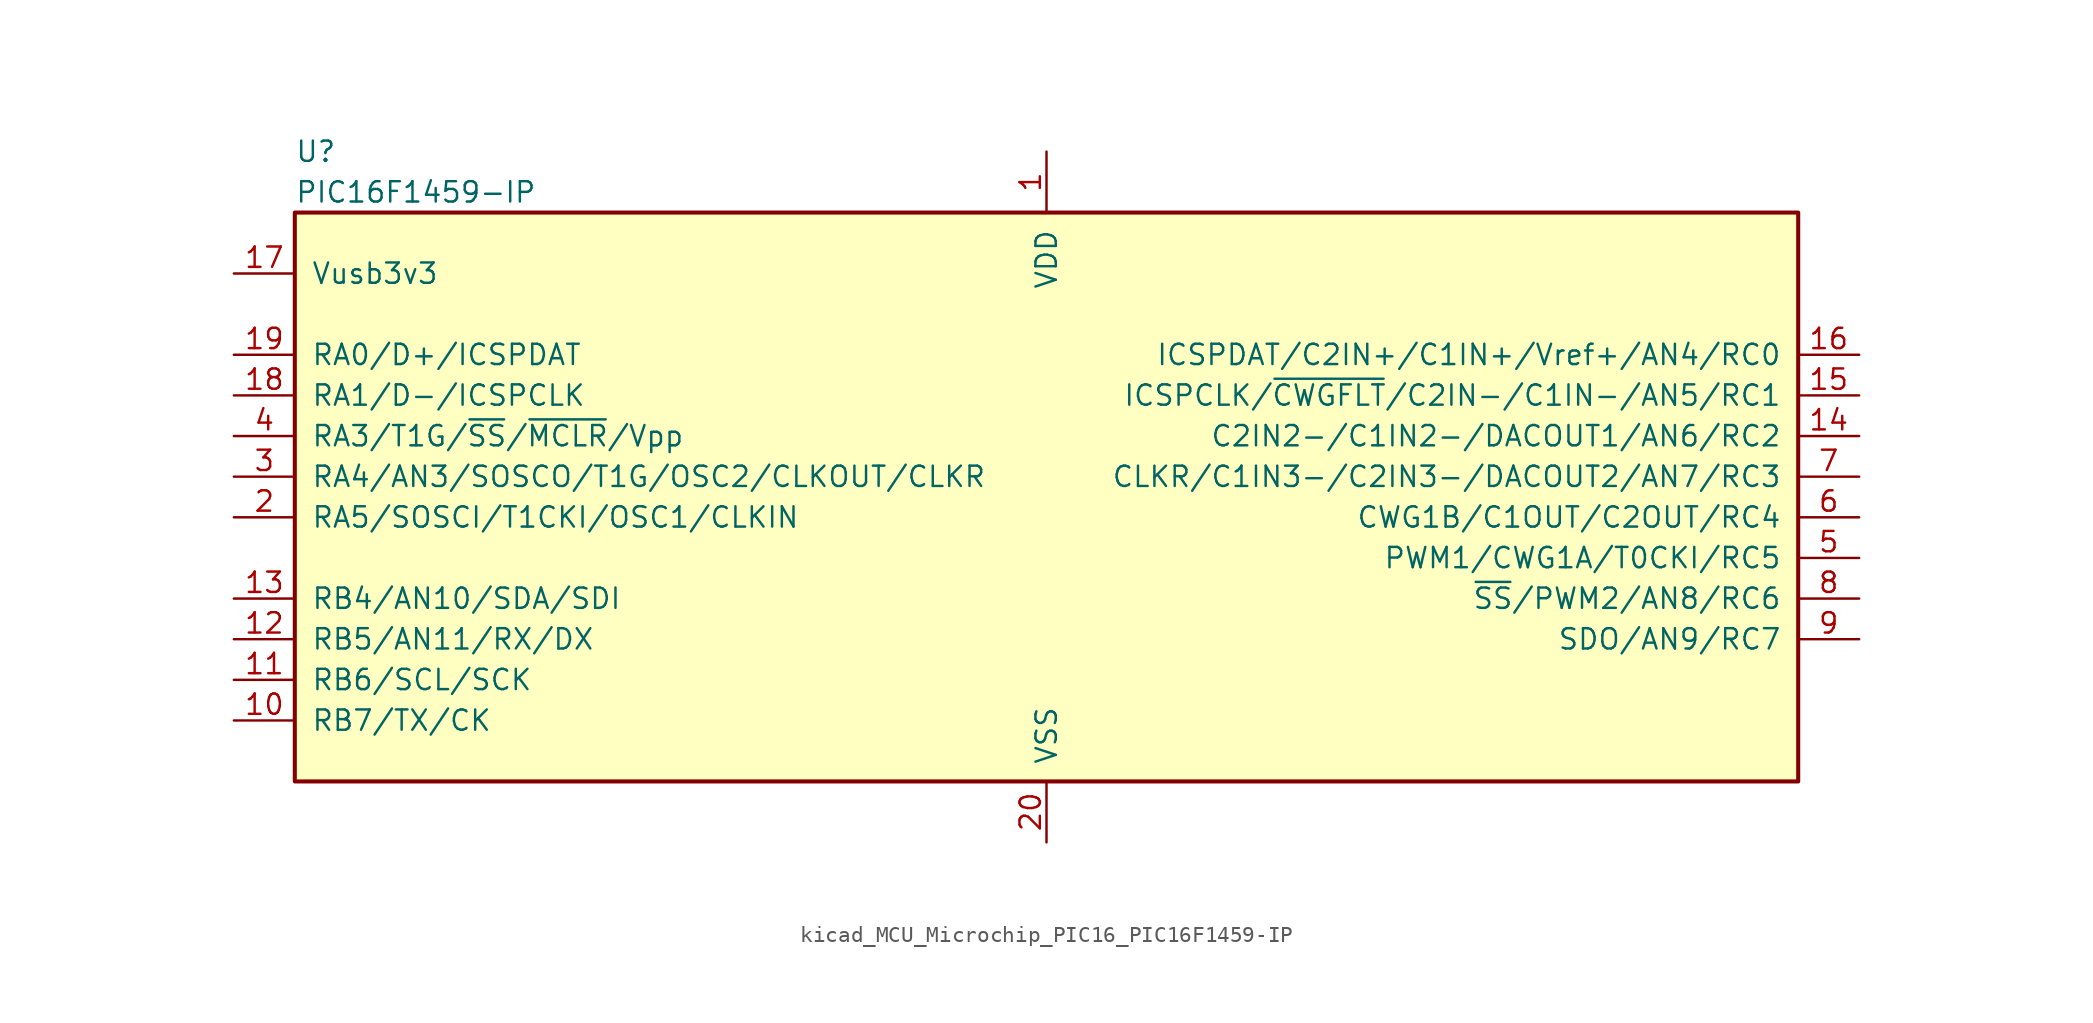
<source format=kicad_sym>
(kicad_symbol_lib
  (version 20220914)
  (generator kicad_symbol_editor)
  (symbol "kicad_MCU_Microchip_PIC16_PIC16F1459-IP"
    (pin_names
      (offset 1.016))
    (property "Reference" "U"
      (at -46.99 17.78 0)
      (effects (font (size 1.27 1.27)) (justify left)))
    (property "Value" "PIC16F1459-IP"
      (at -46.99 15.24 0)
      (effects (font (size 1.27 1.27)) (justify left)))
    (symbol "kicad_MCU_Microchip_PIC16_PIC16F1459-IP_0_1"
      (rectangle (start -46.99 13.97) (end 46.99 -21.59) (stroke (width 0.254) (type default)) (fill (type background))))
    (symbol "kicad_MCU_Microchip_PIC16_PIC16F1459-IP_1_1"
      (pin power_in line (at 0 17.78 270) (length 3.81) (name "VDD" (effects (font (size 1.27 1.27)))) (number "1" (effects (font (size 1.27 1.27)))))
      (pin bidirectional line (at -50.8 -17.78 0) (length 3.81) (name "RB7/TX/CK" (effects (font (size 1.27 1.27)))) (number "10" (effects (font (size 1.27 1.27)))))
      (pin bidirectional line (at -50.8 -15.24 0) (length 3.81) (name "RB6/SCL/SCK" (effects (font (size 1.27 1.27)))) (number "11" (effects (font (size 1.27 1.27)))))
      (pin bidirectional line (at -50.8 -12.7 0) (length 3.81) (name "RB5/AN11/RX/DX" (effects (font (size 1.27 1.27)))) (number "12" (effects (font (size 1.27 1.27)))))
      (pin bidirectional line (at -50.8 -10.16 0) (length 3.81) (name "RB4/AN10/SDA/SDI" (effects (font (size 1.27 1.27)))) (number "13" (effects (font (size 1.27 1.27)))))
      (pin bidirectional line (at 50.8 0 180) (length 3.81) (name "C2IN2-/C1IN2-/DACOUT1/AN6/RC2" (effects (font (size 1.27 1.27)))) (number "14" (effects (font (size 1.27 1.27)))))
      (pin bidirectional line (at 50.8 2.54 180) (length 3.81) (name "ICSPCLK/~{CWGFLT}/C2IN-/C1IN-/AN5/RC1" (effects (font (size 1.27 1.27)))) (number "15" (effects (font (size 1.27 1.27)))))
      (pin bidirectional line (at 50.8 5.08 180) (length 3.81) (name "ICSPDAT/C2IN+/C1IN+/Vref+/AN4/RC0" (effects (font (size 1.27 1.27)))) (number "16" (effects (font (size 1.27 1.27)))))
      (pin bidirectional line (at -50.8 10.16 0) (length 3.81) (name "Vusb3v3" (effects (font (size 1.27 1.27)))) (number "17" (effects (font (size 1.27 1.27)))))
      (pin bidirectional line (at -50.8 2.54 0) (length 3.81) (name "RA1/D-/ICSPCLK" (effects (font (size 1.27 1.27)))) (number "18" (effects (font (size 1.27 1.27)))))
      (pin bidirectional line (at -50.8 5.08 0) (length 3.81) (name "RA0/D+/ICSPDAT" (effects (font (size 1.27 1.27)))) (number "19" (effects (font (size 1.27 1.27)))))
      (pin bidirectional line (at -50.8 -5.08 0) (length 3.81) (name "RA5/SOSCI/T1CKI/OSC1/CLKIN" (effects (font (size 1.27 1.27)))) (number "2" (effects (font (size 1.27 1.27)))))
      (pin power_in line (at 0 -25.4 90) (length 3.81) (name "VSS" (effects (font (size 1.27 1.27)))) (number "20" (effects (font (size 1.27 1.27)))))
      (pin bidirectional line (at -50.8 -2.54 0) (length 3.81) (name "RA4/AN3/SOSCO/T1G/OSC2/CLKOUT/CLKR" (effects (font (size 1.27 1.27)))) (number "3" (effects (font (size 1.27 1.27)))))
      (pin input line (at -50.8 0 0) (length 3.81) (name "RA3/T1G/~{SS}/~{MCLR}/Vpp" (effects (font (size 1.27 1.27)))) (number "4" (effects (font (size 1.27 1.27)))))
      (pin bidirectional line (at 50.8 -7.62 180) (length 3.81) (name "PWM1/CWG1A/T0CKI/RC5" (effects (font (size 1.27 1.27)))) (number "5" (effects (font (size 1.27 1.27)))))
      (pin bidirectional line (at 50.8 -5.08 180) (length 3.81) (name "CWG1B/C1OUT/C2OUT/RC4" (effects (font (size 1.27 1.27)))) (number "6" (effects (font (size 1.27 1.27)))))
      (pin bidirectional line (at 50.8 -2.54 180) (length 3.81) (name "CLKR/C1IN3-/C2IN3-/DACOUT2/AN7/RC3" (effects (font (size 1.27 1.27)))) (number "7" (effects (font (size 1.27 1.27)))))
      (pin bidirectional line (at 50.8 -10.16 180) (length 3.81) (name "~{SS}/PWM2/AN8/RC6" (effects (font (size 1.27 1.27)))) (number "8" (effects (font (size 1.27 1.27)))))
      (pin bidirectional line (at 50.8 -12.7 180) (length 3.81) (name "SDO/AN9/RC7" (effects (font (size 1.27 1.27)))) (number "9" (effects (font (size 1.27 1.27))))))))
</source>
